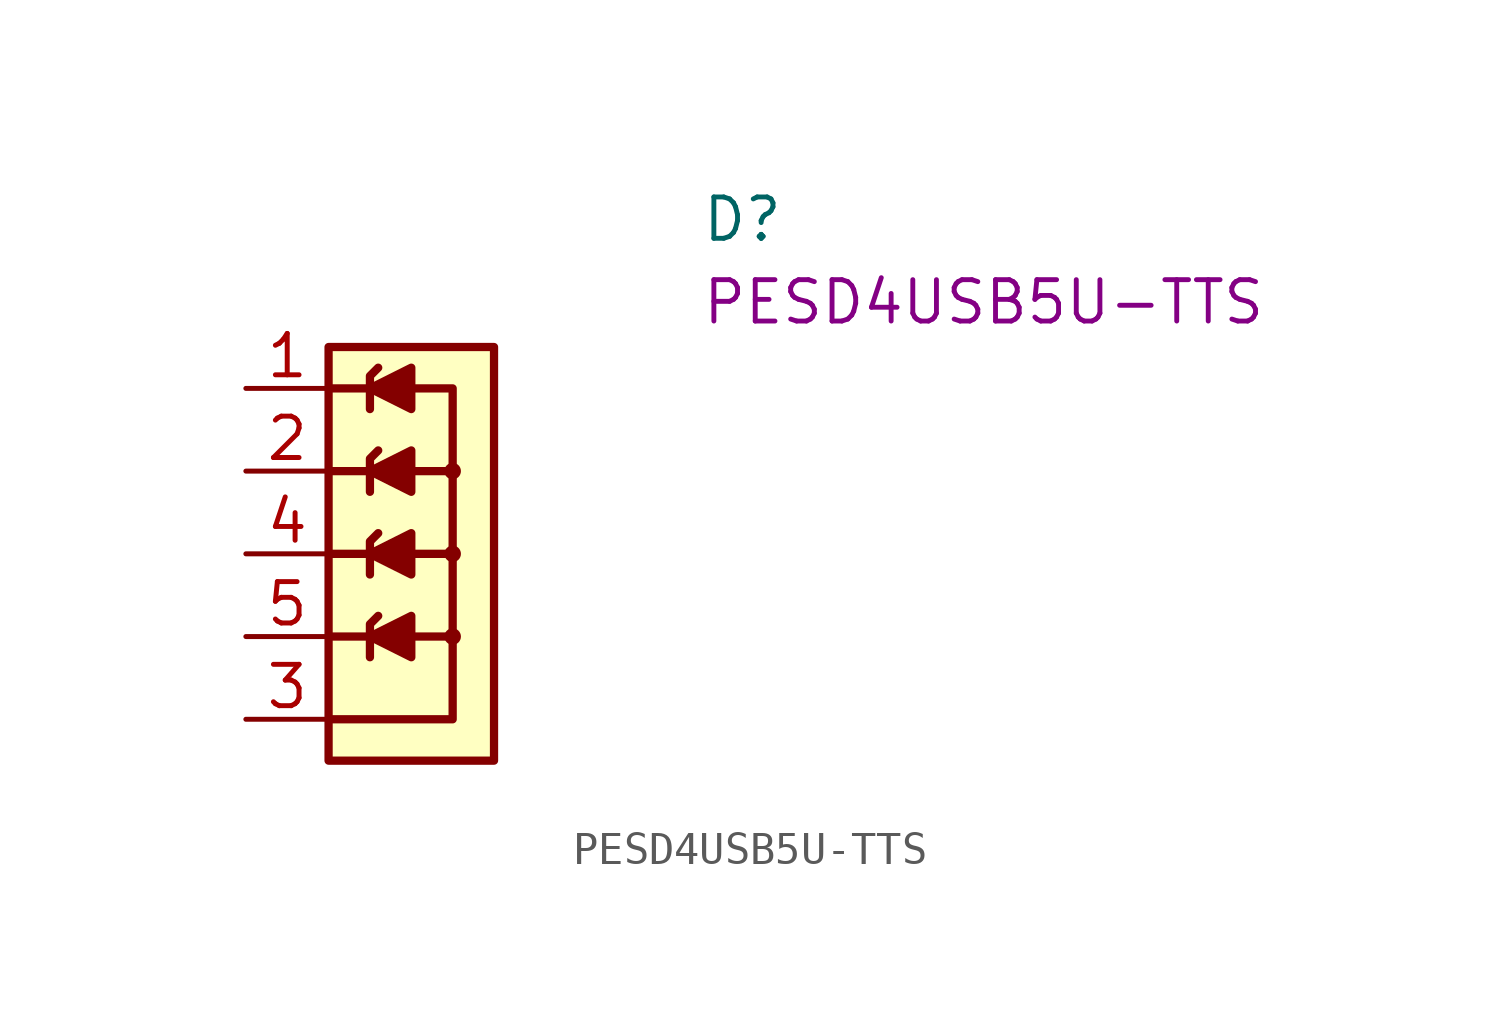
<source format=kicad_sym>
(kicad_symbol_lib
  (version 20220914)
  (generator kicad_symbol_editor)
  (symbol "PESD4USB5U-TTS"
    (pin_names hide)
    (property "Reference" "D"
      (at 13.97 4.445 0)
      (effects (font (size 1.27 1.27) (thickness 0.15)) (justify left bottom)))
    (property "MPN" "PESD4USB5U-TTS"
      (at 13.97 1.905 0)
      (effects (font (size 1.27 1.27) (thickness 0.15)) (justify left bottom)))
    (symbol "PESD4USB5U-TTS_0_1"
      (polyline (pts (xy 3.81 -7.62) (xy 2.54 -7.62)) (stroke (width 0.254) (type default)) (fill (type none)))
      (polyline (pts (xy 3.81 -5.08) (xy 2.54 -5.08)) (stroke (width 0.254) (type default)) (fill (type none)))
      (polyline (pts (xy 3.81 -2.54) (xy 2.54 -2.54)) (stroke (width 0.254) (type default)) (fill (type none)))
      (polyline (pts (xy 3.81 0) (xy 2.54 0)) (stroke (width 0.254) (type default)) (fill (type none)))
      (polyline (pts (xy 5.08 -7.62) (xy 6.35 -7.62)) (stroke (width 0.254) (type default)) (fill (type none)))
      (polyline (pts (xy 5.08 -5.08) (xy 6.35 -5.08)) (stroke (width 0.254) (type default)) (fill (type none)))
      (polyline (pts (xy 5.08 -2.54) (xy 6.35 -2.54)) (stroke (width 0.254) (type default)) (fill (type none)))
      (polyline (pts (xy 2.54 -10.16) (xy 6.35 -10.16) (xy 6.35 0) (xy 5.08 0)) (stroke (width 0.254) (type default)) (fill (type none))))
    (symbol "PESD4USB5U-TTS_1_1"
      (polyline (pts (xy 3.81 -8.255) (xy 3.81 -8.001) (xy 3.81 -7.239) (xy 4.064 -6.985)) (stroke (width 0.254) (type default)) (fill (type background)))
      (polyline (pts (xy 3.81 -5.715) (xy 3.81 -5.461) (xy 3.81 -4.699) (xy 4.064 -4.445)) (stroke (width 0.254) (type default)) (fill (type background)))
      (polyline (pts (xy 3.81 -3.175) (xy 3.81 -2.921) (xy 3.81 -2.159) (xy 4.064 -1.905)) (stroke (width 0.254) (type default)) (fill (type background)))
      (polyline (pts (xy 3.81 -0.635) (xy 3.81 -0.381) (xy 3.81 0.381) (xy 4.064 0.635)) (stroke (width 0.254) (type default)) (fill (type background)))
      (polyline (pts (xy 5.08 -8.255) (xy 5.08 -6.985) (xy 3.81 -7.62) (xy 5.08 -8.255)) (stroke (width 0.254) (type default)) (fill (type outline)))
      (polyline (pts (xy 5.08 -5.715) (xy 5.08 -4.445) (xy 3.81 -5.08) (xy 5.08 -5.715)) (stroke (width 0.254) (type default)) (fill (type outline)))
      (polyline (pts (xy 5.08 -3.175) (xy 5.08 -1.905) (xy 3.81 -2.54) (xy 5.08 -3.175)) (stroke (width 0.254) (type default)) (fill (type outline)))
      (polyline (pts (xy 5.08 -0.635) (xy 5.08 0.635) (xy 3.81 0) (xy 5.08 -0.635)) (stroke (width 0.254) (type default)) (fill (type outline)))
      (rectangle (start 2.54 1.27) (end 7.62 -11.43) (stroke (width 0.254) (type default)) (fill (type background)))
      (circle (center 6.35 -7.62) (radius 0.127) (stroke (width 0.254) (type default)) (fill (type background)))
      (circle (center 6.35 -5.08) (radius 0.127) (stroke (width 0.254) (type default)) (fill (type background)))
      (circle (center 6.35 -2.54) (radius 0.127) (stroke (width 0.254) (type default)) (fill (type background)))
      (pin passive line (at 0 0 0) (length 2.54) (name "1" (effects (font (size 1.27 1.27)))) (number "1" (effects (font (size 1.27 1.27)))))
      (pin passive line (at 0 0 0) (length 2.54) hide (name "10" (effects (font (size 1.27 1.27)))) (number "10" (effects (font (size 1.27 1.27)))))
      (pin passive line (at 0 -2.54 0) (length 2.54) (name "2" (effects (font (size 1.27 1.27)))) (number "2" (effects (font (size 1.27 1.27)))))
      (pin passive line (at 0 -10.16 0) (length 2.54) (name "3" (effects (font (size 1.27 1.27)))) (number "3" (effects (font (size 1.27 1.27)))))
      (pin passive line (at 0 -5.08 0) (length 2.54) (name "4" (effects (font (size 1.27 1.27)))) (number "4" (effects (font (size 1.27 1.27)))))
      (pin passive line (at 0 -7.62 0) (length 2.54) (name "5" (effects (font (size 1.27 1.27)))) (number "5" (effects (font (size 1.27 1.27)))))
      (pin passive line (at 0 -7.62 0) (length 2.54) hide (name "6" (effects (font (size 1.27 1.27)))) (number "6" (effects (font (size 1.27 1.27)))))
      (pin passive line (at 0 -5.08 0) (length 2.54) hide (name "7" (effects (font (size 1.27 1.27)))) (number "7" (effects (font (size 1.27 1.27)))))
      (pin passive line (at 0 -10.16 0) (length 2.54) hide (name "8" (effects (font (size 1.27 1.27)))) (number "8" (effects (font (size 1.27 1.27)))))
      (pin passive line (at 0 -2.54 0) (length 2.54) hide (name "9" (effects (font (size 1.27 1.27)))) (number "9" (effects (font (size 1.27 1.27))))))))
</source>
